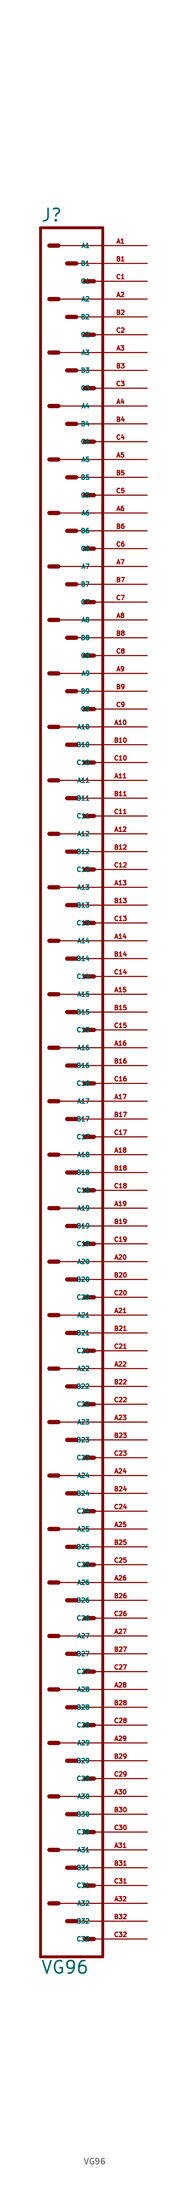
<source format=kicad_sym>
(kicad_symbol_lib
  (version 20220914)
  (generator Eagle2Kicad)
  (symbol "VG96"
    (property "Reference" "J"
      (at -5.08 112.522 0)
      (effects (font (size 1.778 1.778) (thickness 0.22)) (justify left bottom)))
    (property "Value" "VG96"
      (at -5.08 -137.16 0)
      (effects (font (size 1.778 1.778) (thickness 0.22)) (justify left bottom)))
    (polyline
      (pts (xy 3.81 -134.62) (xy -5.08 -134.62))
      (stroke (width 0.406) (type default))
      (fill (type none)))
    (polyline
      (pts (xy -5.08 111.76) (xy -5.08 -134.62))
      (stroke (width 0.406) (type default))
      (fill (type none)))
    (polyline
      (pts (xy -5.08 111.76) (xy 3.81 111.76))
      (stroke (width 0.406) (type default))
      (fill (type none)))
    (polyline
      (pts (xy 3.81 -134.62) (xy 3.81 111.76))
      (stroke (width 0.406) (type default))
      (fill (type none)))
    (polyline
      (pts (xy 2.54 106.68) (xy 0 106.68))
      (stroke (width 0.152) (type default))
      (fill (type none)))
    (polyline
      (pts (xy -2.54 109.22) (xy 2.54 109.22))
      (stroke (width 0.152) (type default))
      (fill (type none)))
    (polyline
      (pts (xy 2.54 99.06) (xy 0 99.06))
      (stroke (width 0.152) (type default))
      (fill (type none)))
    (polyline
      (pts (xy -2.54 101.6) (xy 2.54 101.6))
      (stroke (width 0.152) (type default))
      (fill (type none)))
    (polyline
      (pts (xy 2.54 91.44) (xy 0 91.44))
      (stroke (width 0.152) (type default))
      (fill (type none)))
    (polyline
      (pts (xy -2.54 93.98) (xy 2.54 93.98))
      (stroke (width 0.152) (type default))
      (fill (type none)))
    (polyline
      (pts (xy -2.54 86.36) (xy 2.54 86.36))
      (stroke (width 0.152) (type default))
      (fill (type none)))
    (polyline
      (pts (xy 2.54 83.82) (xy 0 83.82))
      (stroke (width 0.152) (type default))
      (fill (type none)))
    (polyline
      (pts (xy 2.54 76.2) (xy 0 76.2))
      (stroke (width 0.152) (type default))
      (fill (type none)))
    (polyline
      (pts (xy -2.54 78.74) (xy 2.54 78.74))
      (stroke (width 0.152) (type default))
      (fill (type none)))
    (polyline
      (pts (xy 2.54 68.58) (xy 0 68.58))
      (stroke (width 0.152) (type default))
      (fill (type none)))
    (polyline
      (pts (xy -2.54 71.12) (xy 2.54 71.12))
      (stroke (width 0.152) (type default))
      (fill (type none)))
    (polyline
      (pts (xy 2.54 60.96) (xy 0 60.96))
      (stroke (width 0.152) (type default))
      (fill (type none)))
    (polyline
      (pts (xy -2.54 63.5) (xy 2.54 63.5))
      (stroke (width 0.152) (type default))
      (fill (type none)))
    (polyline
      (pts (xy 2.54 53.34) (xy 0 53.34))
      (stroke (width 0.152) (type default))
      (fill (type none)))
    (polyline
      (pts (xy -2.54 55.88) (xy 2.54 55.88))
      (stroke (width 0.152) (type default))
      (fill (type none)))
    (polyline
      (pts (xy 2.54 45.72) (xy 0 45.72))
      (stroke (width 0.152) (type default))
      (fill (type none)))
    (polyline
      (pts (xy -2.54 48.26) (xy 2.54 48.26))
      (stroke (width 0.152) (type default))
      (fill (type none)))
    (polyline
      (pts (xy 2.54 38.1) (xy 0 38.1))
      (stroke (width 0.152) (type default))
      (fill (type none)))
    (polyline
      (pts (xy -2.54 40.64) (xy 2.54 40.64))
      (stroke (width 0.152) (type default))
      (fill (type none)))
    (polyline
      (pts (xy 2.54 30.48) (xy 0 30.48))
      (stroke (width 0.152) (type default))
      (fill (type none)))
    (polyline
      (pts (xy -2.54 33.02) (xy 2.54 33.02))
      (stroke (width 0.152) (type default))
      (fill (type none)))
    (polyline
      (pts (xy 2.54 22.86) (xy 0 22.86))
      (stroke (width 0.152) (type default))
      (fill (type none)))
    (polyline
      (pts (xy -2.54 25.4) (xy 2.54 25.4))
      (stroke (width 0.152) (type default))
      (fill (type none)))
    (polyline
      (pts (xy 2.54 15.24) (xy 0 15.24))
      (stroke (width 0.152) (type default))
      (fill (type none)))
    (polyline
      (pts (xy -2.54 17.78) (xy 2.54 17.78))
      (stroke (width 0.152) (type default))
      (fill (type none)))
    (polyline
      (pts (xy 2.54 7.62) (xy 0 7.62))
      (stroke (width 0.152) (type default))
      (fill (type none)))
    (polyline
      (pts (xy -2.54 10.16) (xy 2.54 10.16))
      (stroke (width 0.152) (type default))
      (fill (type none)))
    (polyline
      (pts (xy 2.54 0) (xy 0 0))
      (stroke (width 0.152) (type default))
      (fill (type none)))
    (polyline
      (pts (xy -2.54 2.54) (xy 2.54 2.54))
      (stroke (width 0.152) (type default))
      (fill (type none)))
    (polyline
      (pts (xy 2.54 -7.62) (xy 0 -7.62))
      (stroke (width 0.152) (type default))
      (fill (type none)))
    (polyline
      (pts (xy -2.54 -5.08) (xy 2.54 -5.08))
      (stroke (width 0.152) (type default))
      (fill (type none)))
    (polyline
      (pts (xy 2.54 -15.24) (xy 0 -15.24))
      (stroke (width 0.152) (type default))
      (fill (type none)))
    (polyline
      (pts (xy -2.54 -12.7) (xy 2.54 -12.7))
      (stroke (width 0.152) (type default))
      (fill (type none)))
    (polyline
      (pts (xy 2.54 -22.86) (xy 0 -22.86))
      (stroke (width 0.152) (type default))
      (fill (type none)))
    (polyline
      (pts (xy -2.54 -20.32) (xy 2.54 -20.32))
      (stroke (width 0.152) (type default))
      (fill (type none)))
    (polyline
      (pts (xy 2.54 -30.48) (xy 0 -30.48))
      (stroke (width 0.152) (type default))
      (fill (type none)))
    (polyline
      (pts (xy -2.54 -27.94) (xy 2.54 -27.94))
      (stroke (width 0.152) (type default))
      (fill (type none)))
    (polyline
      (pts (xy 2.54 -38.1) (xy 0 -38.1))
      (stroke (width 0.152) (type default))
      (fill (type none)))
    (polyline
      (pts (xy -2.54 -35.56) (xy 2.54 -35.56))
      (stroke (width 0.152) (type default))
      (fill (type none)))
    (polyline
      (pts (xy 2.54 -45.72) (xy 0 -45.72))
      (stroke (width 0.152) (type default))
      (fill (type none)))
    (polyline
      (pts (xy -2.54 -43.18) (xy 2.54 -43.18))
      (stroke (width 0.152) (type default))
      (fill (type none)))
    (polyline
      (pts (xy 2.54 -53.34) (xy 0 -53.34))
      (stroke (width 0.152) (type default))
      (fill (type none)))
    (polyline
      (pts (xy -2.54 -50.8) (xy 2.54 -50.8))
      (stroke (width 0.152) (type default))
      (fill (type none)))
    (polyline
      (pts (xy 2.54 -60.96) (xy 0 -60.96))
      (stroke (width 0.152) (type default))
      (fill (type none)))
    (polyline
      (pts (xy -2.54 -58.42) (xy 2.54 -58.42))
      (stroke (width 0.152) (type default))
      (fill (type none)))
    (polyline
      (pts (xy 2.54 -68.58) (xy 0 -68.58))
      (stroke (width 0.152) (type default))
      (fill (type none)))
    (polyline
      (pts (xy -2.54 -66.04) (xy 2.54 -66.04))
      (stroke (width 0.152) (type default))
      (fill (type none)))
    (polyline
      (pts (xy 2.54 -76.2) (xy 0 -76.2))
      (stroke (width 0.152) (type default))
      (fill (type none)))
    (polyline
      (pts (xy -2.54 -73.66) (xy 2.54 -73.66))
      (stroke (width 0.152) (type default))
      (fill (type none)))
    (polyline
      (pts (xy 2.54 -83.82) (xy 0 -83.82))
      (stroke (width 0.152) (type default))
      (fill (type none)))
    (polyline
      (pts (xy -2.54 -81.28) (xy 2.54 -81.28))
      (stroke (width 0.152) (type default))
      (fill (type none)))
    (polyline
      (pts (xy 2.54 -91.44) (xy 0 -91.44))
      (stroke (width 0.152) (type default))
      (fill (type none)))
    (polyline
      (pts (xy 2.54 -99.06) (xy 0 -99.06))
      (stroke (width 0.152) (type default))
      (fill (type none)))
    (polyline
      (pts (xy 2.54 -106.68) (xy 0 -106.68))
      (stroke (width 0.152) (type default))
      (fill (type none)))
    (polyline
      (pts (xy -2.54 -88.9) (xy 2.54 -88.9))
      (stroke (width 0.152) (type default))
      (fill (type none)))
    (polyline
      (pts (xy -2.54 -96.52) (xy 2.54 -96.52))
      (stroke (width 0.152) (type default))
      (fill (type none)))
    (polyline
      (pts (xy -2.54 -104.14) (xy 2.54 -104.14))
      (stroke (width 0.152) (type default))
      (fill (type none)))
    (polyline
      (pts (xy 2.54 -114.3) (xy 0 -114.3))
      (stroke (width 0.152) (type default))
      (fill (type none)))
    (polyline
      (pts (xy -2.54 -111.76) (xy 2.54 -111.76))
      (stroke (width 0.152) (type default))
      (fill (type none)))
    (polyline
      (pts (xy 2.54 -121.92) (xy 0 -121.92))
      (stroke (width 0.152) (type default))
      (fill (type none)))
    (polyline
      (pts (xy -2.54 -119.38) (xy 2.54 -119.38))
      (stroke (width 0.152) (type default))
      (fill (type none)))
    (polyline
      (pts (xy -2.54 -127) (xy 2.54 -127))
      (stroke (width 0.152) (type default))
      (fill (type none)))
    (polyline
      (pts (xy 2.54 -129.54) (xy 0 -129.54))
      (stroke (width 0.152) (type default))
      (fill (type none)))
    (polyline
      (pts (xy -3.81 -127) (xy -2.54 -127))
      (stroke (width 0.61) (type default))
      (fill (type none)))
    (polyline
      (pts (xy -1.27 -129.54) (xy 0 -129.54))
      (stroke (width 0.61) (type default))
      (fill (type none)))
    (polyline
      (pts (xy 1.27 -132.08) (xy 2.54 -132.08))
      (stroke (width 0.61) (type default))
      (fill (type none)))
    (polyline
      (pts (xy -3.81 -119.38) (xy -2.54 -119.38))
      (stroke (width 0.61) (type default))
      (fill (type none)))
    (polyline
      (pts (xy -1.27 -121.92) (xy 0 -121.92))
      (stroke (width 0.61) (type default))
      (fill (type none)))
    (polyline
      (pts (xy 1.27 -124.46) (xy 2.54 -124.46))
      (stroke (width 0.61) (type default))
      (fill (type none)))
    (polyline
      (pts (xy -3.81 -111.76) (xy -2.54 -111.76))
      (stroke (width 0.61) (type default))
      (fill (type none)))
    (polyline
      (pts (xy -1.27 -114.3) (xy 0 -114.3))
      (stroke (width 0.61) (type default))
      (fill (type none)))
    (polyline
      (pts (xy 1.27 -116.84) (xy 2.54 -116.84))
      (stroke (width 0.61) (type default))
      (fill (type none)))
    (polyline
      (pts (xy -3.81 -104.14) (xy -2.54 -104.14))
      (stroke (width 0.61) (type default))
      (fill (type none)))
    (polyline
      (pts (xy -1.27 -106.68) (xy 0 -106.68))
      (stroke (width 0.61) (type default))
      (fill (type none)))
    (polyline
      (pts (xy 1.27 -109.22) (xy 2.54 -109.22))
      (stroke (width 0.61) (type default))
      (fill (type none)))
    (polyline
      (pts (xy -3.81 -96.52) (xy -2.54 -96.52))
      (stroke (width 0.61) (type default))
      (fill (type none)))
    (polyline
      (pts (xy -1.27 -99.06) (xy 0 -99.06))
      (stroke (width 0.61) (type default))
      (fill (type none)))
    (polyline
      (pts (xy 1.27 -101.6) (xy 2.54 -101.6))
      (stroke (width 0.61) (type default))
      (fill (type none)))
    (polyline
      (pts (xy -3.81 -88.9) (xy -2.54 -88.9))
      (stroke (width 0.61) (type default))
      (fill (type none)))
    (polyline
      (pts (xy -1.27 -91.44) (xy 0 -91.44))
      (stroke (width 0.61) (type default))
      (fill (type none)))
    (polyline
      (pts (xy 1.27 -93.98) (xy 2.54 -93.98))
      (stroke (width 0.61) (type default))
      (fill (type none)))
    (polyline
      (pts (xy -3.81 -81.28) (xy -2.54 -81.28))
      (stroke (width 0.61) (type default))
      (fill (type none)))
    (polyline
      (pts (xy -1.27 -83.82) (xy 0 -83.82))
      (stroke (width 0.61) (type default))
      (fill (type none)))
    (polyline
      (pts (xy 1.27 -86.36) (xy 2.54 -86.36))
      (stroke (width 0.61) (type default))
      (fill (type none)))
    (polyline
      (pts (xy -3.81 -73.66) (xy -2.54 -73.66))
      (stroke (width 0.61) (type default))
      (fill (type none)))
    (polyline
      (pts (xy -1.27 -76.2) (xy 0 -76.2))
      (stroke (width 0.61) (type default))
      (fill (type none)))
    (polyline
      (pts (xy 1.27 -78.74) (xy 2.54 -78.74))
      (stroke (width 0.61) (type default))
      (fill (type none)))
    (polyline
      (pts (xy -3.81 -66.04) (xy -2.54 -66.04))
      (stroke (width 0.61) (type default))
      (fill (type none)))
    (polyline
      (pts (xy -1.27 -68.58) (xy 0 -68.58))
      (stroke (width 0.61) (type default))
      (fill (type none)))
    (polyline
      (pts (xy 1.27 -71.12) (xy 2.54 -71.12))
      (stroke (width 0.61) (type default))
      (fill (type none)))
    (polyline
      (pts (xy -3.81 -58.42) (xy -2.54 -58.42))
      (stroke (width 0.61) (type default))
      (fill (type none)))
    (polyline
      (pts (xy -1.27 -60.96) (xy 0 -60.96))
      (stroke (width 0.61) (type default))
      (fill (type none)))
    (polyline
      (pts (xy 1.27 -63.5) (xy 2.54 -63.5))
      (stroke (width 0.61) (type default))
      (fill (type none)))
    (polyline
      (pts (xy -3.81 -50.8) (xy -2.54 -50.8))
      (stroke (width 0.61) (type default))
      (fill (type none)))
    (polyline
      (pts (xy -1.27 -53.34) (xy 0 -53.34))
      (stroke (width 0.61) (type default))
      (fill (type none)))
    (polyline
      (pts (xy 1.27 -55.88) (xy 2.54 -55.88))
      (stroke (width 0.61) (type default))
      (fill (type none)))
    (polyline
      (pts (xy -3.81 -43.18) (xy -2.54 -43.18))
      (stroke (width 0.61) (type default))
      (fill (type none)))
    (polyline
      (pts (xy -1.27 -45.72) (xy 0 -45.72))
      (stroke (width 0.61) (type default))
      (fill (type none)))
    (polyline
      (pts (xy 1.27 -48.26) (xy 2.54 -48.26))
      (stroke (width 0.61) (type default))
      (fill (type none)))
    (polyline
      (pts (xy -3.81 -35.56) (xy -2.54 -35.56))
      (stroke (width 0.61) (type default))
      (fill (type none)))
    (polyline
      (pts (xy -1.27 -38.1) (xy 0 -38.1))
      (stroke (width 0.61) (type default))
      (fill (type none)))
    (polyline
      (pts (xy 1.27 -40.64) (xy 2.54 -40.64))
      (stroke (width 0.61) (type default))
      (fill (type none)))
    (polyline
      (pts (xy -3.81 -27.94) (xy -2.54 -27.94))
      (stroke (width 0.61) (type default))
      (fill (type none)))
    (polyline
      (pts (xy -1.27 -30.48) (xy 0 -30.48))
      (stroke (width 0.61) (type default))
      (fill (type none)))
    (polyline
      (pts (xy 1.27 -33.02) (xy 2.54 -33.02))
      (stroke (width 0.61) (type default))
      (fill (type none)))
    (polyline
      (pts (xy -3.81 -20.32) (xy -2.54 -20.32))
      (stroke (width 0.61) (type default))
      (fill (type none)))
    (polyline
      (pts (xy -1.27 -22.86) (xy 0 -22.86))
      (stroke (width 0.61) (type default))
      (fill (type none)))
    (polyline
      (pts (xy 1.27 -25.4) (xy 2.54 -25.4))
      (stroke (width 0.61) (type default))
      (fill (type none)))
    (polyline
      (pts (xy -3.81 -12.7) (xy -2.54 -12.7))
      (stroke (width 0.61) (type default))
      (fill (type none)))
    (polyline
      (pts (xy -1.27 -15.24) (xy 0 -15.24))
      (stroke (width 0.61) (type default))
      (fill (type none)))
    (polyline
      (pts (xy 1.27 -17.78) (xy 2.54 -17.78))
      (stroke (width 0.61) (type default))
      (fill (type none)))
    (polyline
      (pts (xy -3.81 -5.08) (xy -2.54 -5.08))
      (stroke (width 0.61) (type default))
      (fill (type none)))
    (polyline
      (pts (xy -1.27 -7.62) (xy 0 -7.62))
      (stroke (width 0.61) (type default))
      (fill (type none)))
    (polyline
      (pts (xy 1.27 -10.16) (xy 2.54 -10.16))
      (stroke (width 0.61) (type default))
      (fill (type none)))
    (polyline
      (pts (xy -3.81 2.54) (xy -2.54 2.54))
      (stroke (width 0.61) (type default))
      (fill (type none)))
    (polyline
      (pts (xy -1.27 0) (xy 0 0))
      (stroke (width 0.61) (type default))
      (fill (type none)))
    (polyline
      (pts (xy 1.27 -2.54) (xy 2.54 -2.54))
      (stroke (width 0.61) (type default))
      (fill (type none)))
    (polyline
      (pts (xy -3.81 10.16) (xy -2.54 10.16))
      (stroke (width 0.61) (type default))
      (fill (type none)))
    (polyline
      (pts (xy -1.27 7.62) (xy 0 7.62))
      (stroke (width 0.61) (type default))
      (fill (type none)))
    (polyline
      (pts (xy 1.27 5.08) (xy 2.54 5.08))
      (stroke (width 0.61) (type default))
      (fill (type none)))
    (polyline
      (pts (xy -3.81 17.78) (xy -2.54 17.78))
      (stroke (width 0.61) (type default))
      (fill (type none)))
    (polyline
      (pts (xy -1.27 15.24) (xy 0 15.24))
      (stroke (width 0.61) (type default))
      (fill (type none)))
    (polyline
      (pts (xy 1.27 12.7) (xy 2.54 12.7))
      (stroke (width 0.61) (type default))
      (fill (type none)))
    (polyline
      (pts (xy -3.81 25.4) (xy -2.54 25.4))
      (stroke (width 0.61) (type default))
      (fill (type none)))
    (polyline
      (pts (xy -1.27 22.86) (xy 0 22.86))
      (stroke (width 0.61) (type default))
      (fill (type none)))
    (polyline
      (pts (xy 1.27 20.32) (xy 2.54 20.32))
      (stroke (width 0.61) (type default))
      (fill (type none)))
    (polyline
      (pts (xy -3.81 33.02) (xy -2.54 33.02))
      (stroke (width 0.61) (type default))
      (fill (type none)))
    (polyline
      (pts (xy -1.27 30.48) (xy 0 30.48))
      (stroke (width 0.61) (type default))
      (fill (type none)))
    (polyline
      (pts (xy 1.27 27.94) (xy 2.54 27.94))
      (stroke (width 0.61) (type default))
      (fill (type none)))
    (polyline
      (pts (xy -3.81 40.64) (xy -2.54 40.64))
      (stroke (width 0.61) (type default))
      (fill (type none)))
    (polyline
      (pts (xy -1.27 38.1) (xy 0 38.1))
      (stroke (width 0.61) (type default))
      (fill (type none)))
    (polyline
      (pts (xy 1.27 35.56) (xy 2.54 35.56))
      (stroke (width 0.61) (type default))
      (fill (type none)))
    (polyline
      (pts (xy -3.81 48.26) (xy -2.54 48.26))
      (stroke (width 0.61) (type default))
      (fill (type none)))
    (polyline
      (pts (xy -1.27 45.72) (xy 0 45.72))
      (stroke (width 0.61) (type default))
      (fill (type none)))
    (polyline
      (pts (xy 1.27 43.18) (xy 2.54 43.18))
      (stroke (width 0.61) (type default))
      (fill (type none)))
    (polyline
      (pts (xy -3.81 55.88) (xy -2.54 55.88))
      (stroke (width 0.61) (type default))
      (fill (type none)))
    (polyline
      (pts (xy -1.27 53.34) (xy 0 53.34))
      (stroke (width 0.61) (type default))
      (fill (type none)))
    (polyline
      (pts (xy 1.27 50.8) (xy 2.54 50.8))
      (stroke (width 0.61) (type default))
      (fill (type none)))
    (polyline
      (pts (xy -3.81 63.5) (xy -2.54 63.5))
      (stroke (width 0.61) (type default))
      (fill (type none)))
    (polyline
      (pts (xy -1.27 60.96) (xy 0 60.96))
      (stroke (width 0.61) (type default))
      (fill (type none)))
    (polyline
      (pts (xy 1.27 58.42) (xy 2.54 58.42))
      (stroke (width 0.61) (type default))
      (fill (type none)))
    (polyline
      (pts (xy -3.81 71.12) (xy -2.54 71.12))
      (stroke (width 0.61) (type default))
      (fill (type none)))
    (polyline
      (pts (xy -1.27 68.58) (xy 0 68.58))
      (stroke (width 0.61) (type default))
      (fill (type none)))
    (polyline
      (pts (xy 1.27 66.04) (xy 2.54 66.04))
      (stroke (width 0.61) (type default))
      (fill (type none)))
    (polyline
      (pts (xy -3.81 78.74) (xy -2.54 78.74))
      (stroke (width 0.61) (type default))
      (fill (type none)))
    (polyline
      (pts (xy -1.27 76.2) (xy 0 76.2))
      (stroke (width 0.61) (type default))
      (fill (type none)))
    (polyline
      (pts (xy 1.27 73.66) (xy 2.54 73.66))
      (stroke (width 0.61) (type default))
      (fill (type none)))
    (polyline
      (pts (xy -3.81 86.36) (xy -2.54 86.36))
      (stroke (width 0.61) (type default))
      (fill (type none)))
    (polyline
      (pts (xy -1.27 83.82) (xy 0 83.82))
      (stroke (width 0.61) (type default))
      (fill (type none)))
    (polyline
      (pts (xy 1.27 81.28) (xy 2.54 81.28))
      (stroke (width 0.61) (type default))
      (fill (type none)))
    (polyline
      (pts (xy -3.81 93.98) (xy -2.54 93.98))
      (stroke (width 0.61) (type default))
      (fill (type none)))
    (polyline
      (pts (xy -1.27 91.44) (xy 0 91.44))
      (stroke (width 0.61) (type default))
      (fill (type none)))
    (polyline
      (pts (xy 1.27 88.9) (xy 2.54 88.9))
      (stroke (width 0.61) (type default))
      (fill (type none)))
    (polyline
      (pts (xy -3.81 101.6) (xy -2.54 101.6))
      (stroke (width 0.61) (type default))
      (fill (type none)))
    (polyline
      (pts (xy -1.27 99.06) (xy 0 99.06))
      (stroke (width 0.61) (type default))
      (fill (type none)))
    (polyline
      (pts (xy 1.27 96.52) (xy 2.54 96.52))
      (stroke (width 0.61) (type default))
      (fill (type none)))
    (polyline
      (pts (xy -3.81 109.22) (xy -2.54 109.22))
      (stroke (width 0.61) (type default))
      (fill (type none)))
    (polyline
      (pts (xy -1.27 106.68) (xy 0 106.68))
      (stroke (width 0.61) (type default))
      (fill (type none)))
    (polyline
      (pts (xy 1.27 104.14) (xy 2.54 104.14))
      (stroke (width 0.61) (type default))
      (fill (type none)))
    (pin passive line
      (at 10.16 106.68 180)
      (length 7.62)
      (name "B1" (effects (font (size 0.635 0.635) (thickness 0.08)) (justify left bottom)))
      (number "B1" (effects (font (size 0.635 0.635) (thickness 0.08)) (justify left bottom))))
    (pin passive line
      (at 10.16 99.06 180)
      (length 7.62)
      (name "B2" (effects (font (size 0.635 0.635) (thickness 0.08)) (justify left bottom)))
      (number "B2" (effects (font (size 0.635 0.635) (thickness 0.08)) (justify left bottom))))
    (pin passive line
      (at 10.16 91.44 180)
      (length 7.62)
      (name "B3" (effects (font (size 0.635 0.635) (thickness 0.08)) (justify left bottom)))
      (number "B3" (effects (font (size 0.635 0.635) (thickness 0.08)) (justify left bottom))))
    (pin passive line
      (at 10.16 83.82 180)
      (length 7.62)
      (name "B4" (effects (font (size 0.635 0.635) (thickness 0.08)) (justify left bottom)))
      (number "B4" (effects (font (size 0.635 0.635) (thickness 0.08)) (justify left bottom))))
    (pin passive line
      (at 10.16 76.2 180)
      (length 7.62)
      (name "B5" (effects (font (size 0.635 0.635) (thickness 0.08)) (justify left bottom)))
      (number "B5" (effects (font (size 0.635 0.635) (thickness 0.08)) (justify left bottom))))
    (pin passive line
      (at 10.16 68.58 180)
      (length 7.62)
      (name "B6" (effects (font (size 0.635 0.635) (thickness 0.08)) (justify left bottom)))
      (number "B6" (effects (font (size 0.635 0.635) (thickness 0.08)) (justify left bottom))))
    (pin passive line
      (at 10.16 60.96 180)
      (length 7.62)
      (name "B7" (effects (font (size 0.635 0.635) (thickness 0.08)) (justify left bottom)))
      (number "B7" (effects (font (size 0.635 0.635) (thickness 0.08)) (justify left bottom))))
    (pin passive line
      (at 10.16 53.34 180)
      (length 7.62)
      (name "B8" (effects (font (size 0.635 0.635) (thickness 0.08)) (justify left bottom)))
      (number "B8" (effects (font (size 0.635 0.635) (thickness 0.08)) (justify left bottom))))
    (pin passive line
      (at 10.16 45.72 180)
      (length 7.62)
      (name "B9" (effects (font (size 0.635 0.635) (thickness 0.08)) (justify left bottom)))
      (number "B9" (effects (font (size 0.635 0.635) (thickness 0.08)) (justify left bottom))))
    (pin passive line
      (at 10.16 38.1 180)
      (length 7.62)
      (name "B10" (effects (font (size 0.635 0.635) (thickness 0.08)) (justify left bottom)))
      (number "B10" (effects (font (size 0.635 0.635) (thickness 0.08)) (justify left bottom))))
    (pin passive line
      (at 10.16 30.48 180)
      (length 7.62)
      (name "B11" (effects (font (size 0.635 0.635) (thickness 0.08)) (justify left bottom)))
      (number "B11" (effects (font (size 0.635 0.635) (thickness 0.08)) (justify left bottom))))
    (pin passive line
      (at 10.16 22.86 180)
      (length 7.62)
      (name "B12" (effects (font (size 0.635 0.635) (thickness 0.08)) (justify left bottom)))
      (number "B12" (effects (font (size 0.635 0.635) (thickness 0.08)) (justify left bottom))))
    (pin passive line
      (at 10.16 15.24 180)
      (length 7.62)
      (name "B13" (effects (font (size 0.635 0.635) (thickness 0.08)) (justify left bottom)))
      (number "B13" (effects (font (size 0.635 0.635) (thickness 0.08)) (justify left bottom))))
    (pin passive line
      (at 10.16 7.62 180)
      (length 7.62)
      (name "B14" (effects (font (size 0.635 0.635) (thickness 0.08)) (justify left bottom)))
      (number "B14" (effects (font (size 0.635 0.635) (thickness 0.08)) (justify left bottom))))
    (pin passive line
      (at 10.16 0 180)
      (length 7.62)
      (name "B15" (effects (font (size 0.635 0.635) (thickness 0.08)) (justify left bottom)))
      (number "B15" (effects (font (size 0.635 0.635) (thickness 0.08)) (justify left bottom))))
    (pin passive line
      (at 10.16 -7.62 180)
      (length 7.62)
      (name "B16" (effects (font (size 0.635 0.635) (thickness 0.08)) (justify left bottom)))
      (number "B16" (effects (font (size 0.635 0.635) (thickness 0.08)) (justify left bottom))))
    (pin passive line
      (at 10.16 -15.24 180)
      (length 7.62)
      (name "B17" (effects (font (size 0.635 0.635) (thickness 0.08)) (justify left bottom)))
      (number "B17" (effects (font (size 0.635 0.635) (thickness 0.08)) (justify left bottom))))
    (pin passive line
      (at 10.16 -22.86 180)
      (length 7.62)
      (name "B18" (effects (font (size 0.635 0.635) (thickness 0.08)) (justify left bottom)))
      (number "B18" (effects (font (size 0.635 0.635) (thickness 0.08)) (justify left bottom))))
    (pin passive line
      (at 10.16 -30.48 180)
      (length 7.62)
      (name "B19" (effects (font (size 0.635 0.635) (thickness 0.08)) (justify left bottom)))
      (number "B19" (effects (font (size 0.635 0.635) (thickness 0.08)) (justify left bottom))))
    (pin passive line
      (at 10.16 -38.1 180)
      (length 7.62)
      (name "B20" (effects (font (size 0.635 0.635) (thickness 0.08)) (justify left bottom)))
      (number "B20" (effects (font (size 0.635 0.635) (thickness 0.08)) (justify left bottom))))
    (pin passive line
      (at 10.16 -45.72 180)
      (length 7.62)
      (name "B21" (effects (font (size 0.635 0.635) (thickness 0.08)) (justify left bottom)))
      (number "B21" (effects (font (size 0.635 0.635) (thickness 0.08)) (justify left bottom))))
    (pin passive line
      (at 10.16 -53.34 180)
      (length 7.62)
      (name "B22" (effects (font (size 0.635 0.635) (thickness 0.08)) (justify left bottom)))
      (number "B22" (effects (font (size 0.635 0.635) (thickness 0.08)) (justify left bottom))))
    (pin passive line
      (at 10.16 -60.96 180)
      (length 7.62)
      (name "B23" (effects (font (size 0.635 0.635) (thickness 0.08)) (justify left bottom)))
      (number "B23" (effects (font (size 0.635 0.635) (thickness 0.08)) (justify left bottom))))
    (pin passive line
      (at 10.16 -68.58 180)
      (length 7.62)
      (name "B24" (effects (font (size 0.635 0.635) (thickness 0.08)) (justify left bottom)))
      (number "B24" (effects (font (size 0.635 0.635) (thickness 0.08)) (justify left bottom))))
    (pin passive line
      (at 10.16 -76.2 180)
      (length 7.62)
      (name "B25" (effects (font (size 0.635 0.635) (thickness 0.08)) (justify left bottom)))
      (number "B25" (effects (font (size 0.635 0.635) (thickness 0.08)) (justify left bottom))))
    (pin passive line
      (at 10.16 -83.82 180)
      (length 7.62)
      (name "B26" (effects (font (size 0.635 0.635) (thickness 0.08)) (justify left bottom)))
      (number "B26" (effects (font (size 0.635 0.635) (thickness 0.08)) (justify left bottom))))
    (pin passive line
      (at 10.16 -91.44 180)
      (length 7.62)
      (name "B27" (effects (font (size 0.635 0.635) (thickness 0.08)) (justify left bottom)))
      (number "B27" (effects (font (size 0.635 0.635) (thickness 0.08)) (justify left bottom))))
    (pin passive line
      (at 10.16 -99.06 180)
      (length 7.62)
      (name "B28" (effects (font (size 0.635 0.635) (thickness 0.08)) (justify left bottom)))
      (number "B28" (effects (font (size 0.635 0.635) (thickness 0.08)) (justify left bottom))))
    (pin passive line
      (at 10.16 -106.68 180)
      (length 7.62)
      (name "B29" (effects (font (size 0.635 0.635) (thickness 0.08)) (justify left bottom)))
      (number "B29" (effects (font (size 0.635 0.635) (thickness 0.08)) (justify left bottom))))
    (pin passive line
      (at 10.16 -114.3 180)
      (length 7.62)
      (name "B30" (effects (font (size 0.635 0.635) (thickness 0.08)) (justify left bottom)))
      (number "B30" (effects (font (size 0.635 0.635) (thickness 0.08)) (justify left bottom))))
    (pin passive line
      (at 10.16 -121.92 180)
      (length 7.62)
      (name "B31" (effects (font (size 0.635 0.635) (thickness 0.08)) (justify left bottom)))
      (number "B31" (effects (font (size 0.635 0.635) (thickness 0.08)) (justify left bottom))))
    (pin passive line
      (at 10.16 -129.54 180)
      (length 7.62)
      (name "B32" (effects (font (size 0.635 0.635) (thickness 0.08)) (justify left bottom)))
      (number "B32" (effects (font (size 0.635 0.635) (thickness 0.08)) (justify left bottom))))
    (pin passive line
      (at 10.16 109.22 180)
      (length 7.62)
      (name "A1" (effects (font (size 0.635 0.635) (thickness 0.08)) (justify left bottom)))
      (number "A1" (effects (font (size 0.635 0.635) (thickness 0.08)) (justify left bottom))))
    (pin passive line
      (at 10.16 101.6 180)
      (length 7.62)
      (name "A2" (effects (font (size 0.635 0.635) (thickness 0.08)) (justify left bottom)))
      (number "A2" (effects (font (size 0.635 0.635) (thickness 0.08)) (justify left bottom))))
    (pin passive line
      (at 10.16 93.98 180)
      (length 7.62)
      (name "A3" (effects (font (size 0.635 0.635) (thickness 0.08)) (justify left bottom)))
      (number "A3" (effects (font (size 0.635 0.635) (thickness 0.08)) (justify left bottom))))
    (pin passive line
      (at 10.16 86.36 180)
      (length 7.62)
      (name "A4" (effects (font (size 0.635 0.635) (thickness 0.08)) (justify left bottom)))
      (number "A4" (effects (font (size 0.635 0.635) (thickness 0.08)) (justify left bottom))))
    (pin passive line
      (at 10.16 78.74 180)
      (length 7.62)
      (name "A5" (effects (font (size 0.635 0.635) (thickness 0.08)) (justify left bottom)))
      (number "A5" (effects (font (size 0.635 0.635) (thickness 0.08)) (justify left bottom))))
    (pin passive line
      (at 10.16 71.12 180)
      (length 7.62)
      (name "A6" (effects (font (size 0.635 0.635) (thickness 0.08)) (justify left bottom)))
      (number "A6" (effects (font (size 0.635 0.635) (thickness 0.08)) (justify left bottom))))
    (pin passive line
      (at 10.16 63.5 180)
      (length 7.62)
      (name "A7" (effects (font (size 0.635 0.635) (thickness 0.08)) (justify left bottom)))
      (number "A7" (effects (font (size 0.635 0.635) (thickness 0.08)) (justify left bottom))))
    (pin passive line
      (at 10.16 55.88 180)
      (length 7.62)
      (name "A8" (effects (font (size 0.635 0.635) (thickness 0.08)) (justify left bottom)))
      (number "A8" (effects (font (size 0.635 0.635) (thickness 0.08)) (justify left bottom))))
    (pin passive line
      (at 10.16 48.26 180)
      (length 7.62)
      (name "A9" (effects (font (size 0.635 0.635) (thickness 0.08)) (justify left bottom)))
      (number "A9" (effects (font (size 0.635 0.635) (thickness 0.08)) (justify left bottom))))
    (pin passive line
      (at 10.16 40.64 180)
      (length 7.62)
      (name "A10" (effects (font (size 0.635 0.635) (thickness 0.08)) (justify left bottom)))
      (number "A10" (effects (font (size 0.635 0.635) (thickness 0.08)) (justify left bottom))))
    (pin passive line
      (at 10.16 33.02 180)
      (length 7.62)
      (name "A11" (effects (font (size 0.635 0.635) (thickness 0.08)) (justify left bottom)))
      (number "A11" (effects (font (size 0.635 0.635) (thickness 0.08)) (justify left bottom))))
    (pin passive line
      (at 10.16 25.4 180)
      (length 7.62)
      (name "A12" (effects (font (size 0.635 0.635) (thickness 0.08)) (justify left bottom)))
      (number "A12" (effects (font (size 0.635 0.635) (thickness 0.08)) (justify left bottom))))
    (pin passive line
      (at 10.16 17.78 180)
      (length 7.62)
      (name "A13" (effects (font (size 0.635 0.635) (thickness 0.08)) (justify left bottom)))
      (number "A13" (effects (font (size 0.635 0.635) (thickness 0.08)) (justify left bottom))))
    (pin passive line
      (at 10.16 10.16 180)
      (length 7.62)
      (name "A14" (effects (font (size 0.635 0.635) (thickness 0.08)) (justify left bottom)))
      (number "A14" (effects (font (size 0.635 0.635) (thickness 0.08)) (justify left bottom))))
    (pin passive line
      (at 10.16 2.54 180)
      (length 7.62)
      (name "A15" (effects (font (size 0.635 0.635) (thickness 0.08)) (justify left bottom)))
      (number "A15" (effects (font (size 0.635 0.635) (thickness 0.08)) (justify left bottom))))
    (pin passive line
      (at 10.16 -5.08 180)
      (length 7.62)
      (name "A16" (effects (font (size 0.635 0.635) (thickness 0.08)) (justify left bottom)))
      (number "A16" (effects (font (size 0.635 0.635) (thickness 0.08)) (justify left bottom))))
    (pin passive line
      (at 10.16 -12.7 180)
      (length 7.62)
      (name "A17" (effects (font (size 0.635 0.635) (thickness 0.08)) (justify left bottom)))
      (number "A17" (effects (font (size 0.635 0.635) (thickness 0.08)) (justify left bottom))))
    (pin passive line
      (at 10.16 -20.32 180)
      (length 7.62)
      (name "A18" (effects (font (size 0.635 0.635) (thickness 0.08)) (justify left bottom)))
      (number "A18" (effects (font (size 0.635 0.635) (thickness 0.08)) (justify left bottom))))
    (pin passive line
      (at 10.16 -27.94 180)
      (length 7.62)
      (name "A19" (effects (font (size 0.635 0.635) (thickness 0.08)) (justify left bottom)))
      (number "A19" (effects (font (size 0.635 0.635) (thickness 0.08)) (justify left bottom))))
    (pin passive line
      (at 10.16 -35.56 180)
      (length 7.62)
      (name "A20" (effects (font (size 0.635 0.635) (thickness 0.08)) (justify left bottom)))
      (number "A20" (effects (font (size 0.635 0.635) (thickness 0.08)) (justify left bottom))))
    (pin passive line
      (at 10.16 -43.18 180)
      (length 7.62)
      (name "A21" (effects (font (size 0.635 0.635) (thickness 0.08)) (justify left bottom)))
      (number "A21" (effects (font (size 0.635 0.635) (thickness 0.08)) (justify left bottom))))
    (pin passive line
      (at 10.16 -50.8 180)
      (length 7.62)
      (name "A22" (effects (font (size 0.635 0.635) (thickness 0.08)) (justify left bottom)))
      (number "A22" (effects (font (size 0.635 0.635) (thickness 0.08)) (justify left bottom))))
    (pin passive line
      (at 10.16 -58.42 180)
      (length 7.62)
      (name "A23" (effects (font (size 0.635 0.635) (thickness 0.08)) (justify left bottom)))
      (number "A23" (effects (font (size 0.635 0.635) (thickness 0.08)) (justify left bottom))))
    (pin passive line
      (at 10.16 -66.04 180)
      (length 7.62)
      (name "A24" (effects (font (size 0.635 0.635) (thickness 0.08)) (justify left bottom)))
      (number "A24" (effects (font (size 0.635 0.635) (thickness 0.08)) (justify left bottom))))
    (pin passive line
      (at 10.16 -73.66 180)
      (length 7.62)
      (name "A25" (effects (font (size 0.635 0.635) (thickness 0.08)) (justify left bottom)))
      (number "A25" (effects (font (size 0.635 0.635) (thickness 0.08)) (justify left bottom))))
    (pin passive line
      (at 10.16 -81.28 180)
      (length 7.62)
      (name "A26" (effects (font (size 0.635 0.635) (thickness 0.08)) (justify left bottom)))
      (number "A26" (effects (font (size 0.635 0.635) (thickness 0.08)) (justify left bottom))))
    (pin passive line
      (at 10.16 -88.9 180)
      (length 7.62)
      (name "A27" (effects (font (size 0.635 0.635) (thickness 0.08)) (justify left bottom)))
      (number "A27" (effects (font (size 0.635 0.635) (thickness 0.08)) (justify left bottom))))
    (pin passive line
      (at 10.16 -96.52 180)
      (length 7.62)
      (name "A28" (effects (font (size 0.635 0.635) (thickness 0.08)) (justify left bottom)))
      (number "A28" (effects (font (size 0.635 0.635) (thickness 0.08)) (justify left bottom))))
    (pin passive line
      (at 10.16 -104.14 180)
      (length 7.62)
      (name "A29" (effects (font (size 0.635 0.635) (thickness 0.08)) (justify left bottom)))
      (number "A29" (effects (font (size 0.635 0.635) (thickness 0.08)) (justify left bottom))))
    (pin passive line
      (at 10.16 -111.76 180)
      (length 7.62)
      (name "A30" (effects (font (size 0.635 0.635) (thickness 0.08)) (justify left bottom)))
      (number "A30" (effects (font (size 0.635 0.635) (thickness 0.08)) (justify left bottom))))
    (pin passive line
      (at 10.16 -119.38 180)
      (length 7.62)
      (name "A31" (effects (font (size 0.635 0.635) (thickness 0.08)) (justify left bottom)))
      (number "A31" (effects (font (size 0.635 0.635) (thickness 0.08)) (justify left bottom))))
    (pin passive line
      (at 10.16 -127 180)
      (length 7.62)
      (name "A32" (effects (font (size 0.635 0.635) (thickness 0.08)) (justify left bottom)))
      (number "A32" (effects (font (size 0.635 0.635) (thickness 0.08)) (justify left bottom))))
    (pin passive line
      (at 10.16 104.14 180)
      (length 7.62)
      (name "C1" (effects (font (size 0.635 0.635) (thickness 0.08)) (justify left bottom)))
      (number "C1" (effects (font (size 0.635 0.635) (thickness 0.08)) (justify left bottom))))
    (pin passive line
      (at 10.16 96.52 180)
      (length 7.62)
      (name "C2" (effects (font (size 0.635 0.635) (thickness 0.08)) (justify left bottom)))
      (number "C2" (effects (font (size 0.635 0.635) (thickness 0.08)) (justify left bottom))))
    (pin passive line
      (at 10.16 88.9 180)
      (length 7.62)
      (name "C3" (effects (font (size 0.635 0.635) (thickness 0.08)) (justify left bottom)))
      (number "C3" (effects (font (size 0.635 0.635) (thickness 0.08)) (justify left bottom))))
    (pin passive line
      (at 10.16 81.28 180)
      (length 7.62)
      (name "C4" (effects (font (size 0.635 0.635) (thickness 0.08)) (justify left bottom)))
      (number "C4" (effects (font (size 0.635 0.635) (thickness 0.08)) (justify left bottom))))
    (pin passive line
      (at 10.16 73.66 180)
      (length 7.62)
      (name "C5" (effects (font (size 0.635 0.635) (thickness 0.08)) (justify left bottom)))
      (number "C5" (effects (font (size 0.635 0.635) (thickness 0.08)) (justify left bottom))))
    (pin passive line
      (at 10.16 66.04 180)
      (length 7.62)
      (name "C6" (effects (font (size 0.635 0.635) (thickness 0.08)) (justify left bottom)))
      (number "C6" (effects (font (size 0.635 0.635) (thickness 0.08)) (justify left bottom))))
    (pin passive line
      (at 10.16 58.42 180)
      (length 7.62)
      (name "C7" (effects (font (size 0.635 0.635) (thickness 0.08)) (justify left bottom)))
      (number "C7" (effects (font (size 0.635 0.635) (thickness 0.08)) (justify left bottom))))
    (pin passive line
      (at 10.16 50.8 180)
      (length 7.62)
      (name "C8" (effects (font (size 0.635 0.635) (thickness 0.08)) (justify left bottom)))
      (number "C8" (effects (font (size 0.635 0.635) (thickness 0.08)) (justify left bottom))))
    (pin passive line
      (at 10.16 43.18 180)
      (length 7.62)
      (name "C9" (effects (font (size 0.635 0.635) (thickness 0.08)) (justify left bottom)))
      (number "C9" (effects (font (size 0.635 0.635) (thickness 0.08)) (justify left bottom))))
    (pin passive line
      (at 10.16 35.56 180)
      (length 7.62)
      (name "C10" (effects (font (size 0.635 0.635) (thickness 0.08)) (justify left bottom)))
      (number "C10" (effects (font (size 0.635 0.635) (thickness 0.08)) (justify left bottom))))
    (pin passive line
      (at 10.16 27.94 180)
      (length 7.62)
      (name "C11" (effects (font (size 0.635 0.635) (thickness 0.08)) (justify left bottom)))
      (number "C11" (effects (font (size 0.635 0.635) (thickness 0.08)) (justify left bottom))))
    (pin passive line
      (at 10.16 20.32 180)
      (length 7.62)
      (name "C12" (effects (font (size 0.635 0.635) (thickness 0.08)) (justify left bottom)))
      (number "C12" (effects (font (size 0.635 0.635) (thickness 0.08)) (justify left bottom))))
    (pin passive line
      (at 10.16 12.7 180)
      (length 7.62)
      (name "C13" (effects (font (size 0.635 0.635) (thickness 0.08)) (justify left bottom)))
      (number "C13" (effects (font (size 0.635 0.635) (thickness 0.08)) (justify left bottom))))
    (pin passive line
      (at 10.16 5.08 180)
      (length 7.62)
      (name "C14" (effects (font (size 0.635 0.635) (thickness 0.08)) (justify left bottom)))
      (number "C14" (effects (font (size 0.635 0.635) (thickness 0.08)) (justify left bottom))))
    (pin passive line
      (at 10.16 -2.54 180)
      (length 7.62)
      (name "C15" (effects (font (size 0.635 0.635) (thickness 0.08)) (justify left bottom)))
      (number "C15" (effects (font (size 0.635 0.635) (thickness 0.08)) (justify left bottom))))
    (pin passive line
      (at 10.16 -10.16 180)
      (length 7.62)
      (name "C16" (effects (font (size 0.635 0.635) (thickness 0.08)) (justify left bottom)))
      (number "C16" (effects (font (size 0.635 0.635) (thickness 0.08)) (justify left bottom))))
    (pin passive line
      (at 10.16 -17.78 180)
      (length 7.62)
      (name "C17" (effects (font (size 0.635 0.635) (thickness 0.08)) (justify left bottom)))
      (number "C17" (effects (font (size 0.635 0.635) (thickness 0.08)) (justify left bottom))))
    (pin passive line
      (at 10.16 -25.4 180)
      (length 7.62)
      (name "C18" (effects (font (size 0.635 0.635) (thickness 0.08)) (justify left bottom)))
      (number "C18" (effects (font (size 0.635 0.635) (thickness 0.08)) (justify left bottom))))
    (pin passive line
      (at 10.16 -33.02 180)
      (length 7.62)
      (name "C19" (effects (font (size 0.635 0.635) (thickness 0.08)) (justify left bottom)))
      (number "C19" (effects (font (size 0.635 0.635) (thickness 0.08)) (justify left bottom))))
    (pin passive line
      (at 10.16 -40.64 180)
      (length 7.62)
      (name "C20" (effects (font (size 0.635 0.635) (thickness 0.08)) (justify left bottom)))
      (number "C20" (effects (font (size 0.635 0.635) (thickness 0.08)) (justify left bottom))))
    (pin passive line
      (at 10.16 -48.26 180)
      (length 7.62)
      (name "C21" (effects (font (size 0.635 0.635) (thickness 0.08)) (justify left bottom)))
      (number "C21" (effects (font (size 0.635 0.635) (thickness 0.08)) (justify left bottom))))
    (pin passive line
      (at 10.16 -55.88 180)
      (length 7.62)
      (name "C22" (effects (font (size 0.635 0.635) (thickness 0.08)) (justify left bottom)))
      (number "C22" (effects (font (size 0.635 0.635) (thickness 0.08)) (justify left bottom))))
    (pin passive line
      (at 10.16 -63.5 180)
      (length 7.62)
      (name "C23" (effects (font (size 0.635 0.635) (thickness 0.08)) (justify left bottom)))
      (number "C23" (effects (font (size 0.635 0.635) (thickness 0.08)) (justify left bottom))))
    (pin passive line
      (at 10.16 -71.12 180)
      (length 7.62)
      (name "C24" (effects (font (size 0.635 0.635) (thickness 0.08)) (justify left bottom)))
      (number "C24" (effects (font (size 0.635 0.635) (thickness 0.08)) (justify left bottom))))
    (pin passive line
      (at 10.16 -78.74 180)
      (length 7.62)
      (name "C25" (effects (font (size 0.635 0.635) (thickness 0.08)) (justify left bottom)))
      (number "C25" (effects (font (size 0.635 0.635) (thickness 0.08)) (justify left bottom))))
    (pin passive line
      (at 10.16 -86.36 180)
      (length 7.62)
      (name "C26" (effects (font (size 0.635 0.635) (thickness 0.08)) (justify left bottom)))
      (number "C26" (effects (font (size 0.635 0.635) (thickness 0.08)) (justify left bottom))))
    (pin passive line
      (at 10.16 -93.98 180)
      (length 7.62)
      (name "C27" (effects (font (size 0.635 0.635) (thickness 0.08)) (justify left bottom)))
      (number "C27" (effects (font (size 0.635 0.635) (thickness 0.08)) (justify left bottom))))
    (pin passive line
      (at 10.16 -101.6 180)
      (length 7.62)
      (name "C28" (effects (font (size 0.635 0.635) (thickness 0.08)) (justify left bottom)))
      (number "C28" (effects (font (size 0.635 0.635) (thickness 0.08)) (justify left bottom))))
    (pin passive line
      (at 10.16 -109.22 180)
      (length 7.62)
      (name "C29" (effects (font (size 0.635 0.635) (thickness 0.08)) (justify left bottom)))
      (number "C29" (effects (font (size 0.635 0.635) (thickness 0.08)) (justify left bottom))))
    (pin passive line
      (at 10.16 -116.84 180)
      (length 7.62)
      (name "C30" (effects (font (size 0.635 0.635) (thickness 0.08)) (justify left bottom)))
      (number "C30" (effects (font (size 0.635 0.635) (thickness 0.08)) (justify left bottom))))
    (pin passive line
      (at 10.16 -124.46 180)
      (length 7.62)
      (name "C31" (effects (font (size 0.635 0.635) (thickness 0.08)) (justify left bottom)))
      (number "C31" (effects (font (size 0.635 0.635) (thickness 0.08)) (justify left bottom))))
    (pin passive line
      (at 10.16 -132.08 180)
      (length 7.62)
      (name "C32" (effects (font (size 0.635 0.635) (thickness 0.08)) (justify left bottom)))
      (number "C32" (effects (font (size 0.635 0.635) (thickness 0.08)) (justify left bottom))))))
</source>
